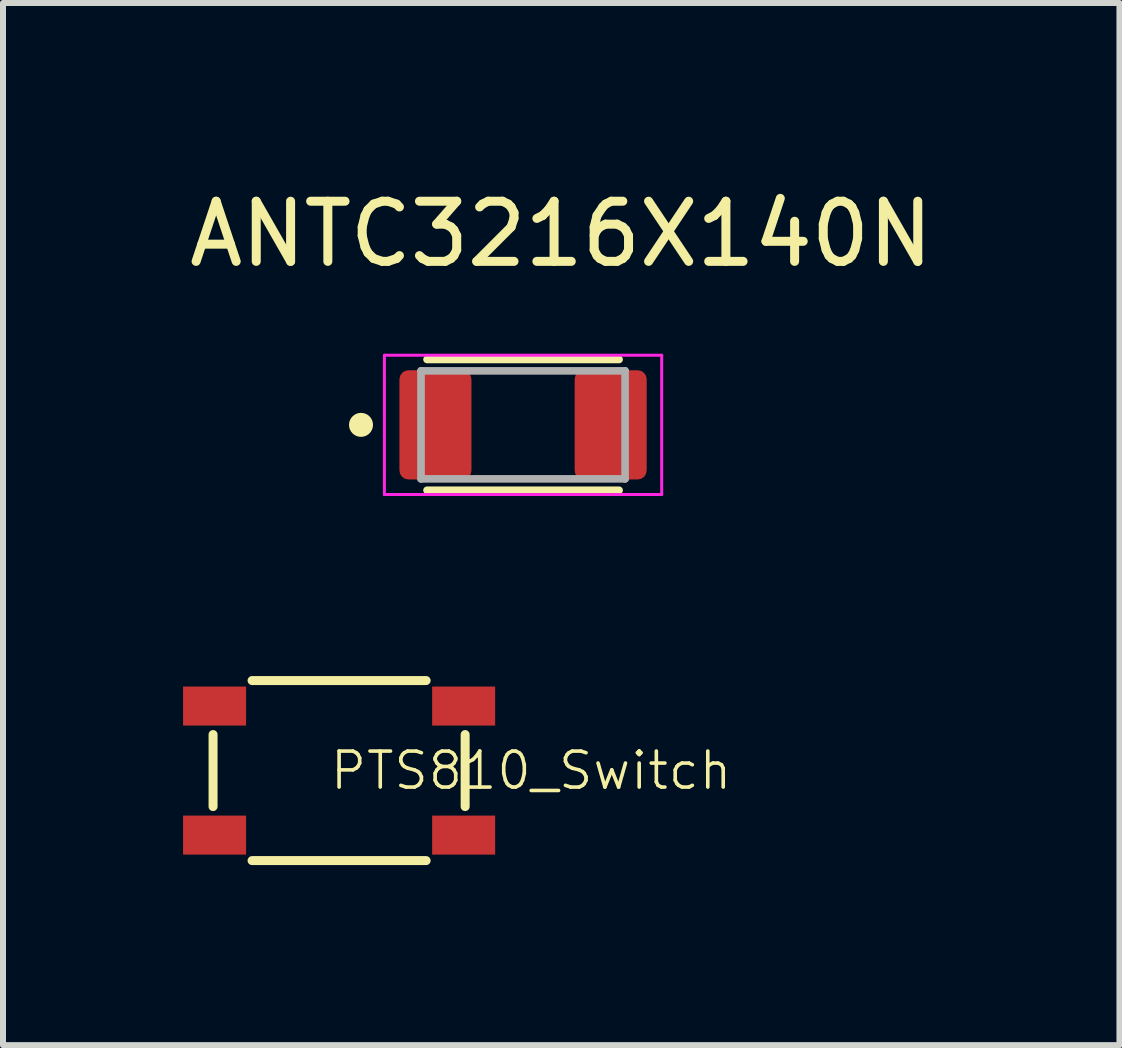
<source format=kicad_pcb>
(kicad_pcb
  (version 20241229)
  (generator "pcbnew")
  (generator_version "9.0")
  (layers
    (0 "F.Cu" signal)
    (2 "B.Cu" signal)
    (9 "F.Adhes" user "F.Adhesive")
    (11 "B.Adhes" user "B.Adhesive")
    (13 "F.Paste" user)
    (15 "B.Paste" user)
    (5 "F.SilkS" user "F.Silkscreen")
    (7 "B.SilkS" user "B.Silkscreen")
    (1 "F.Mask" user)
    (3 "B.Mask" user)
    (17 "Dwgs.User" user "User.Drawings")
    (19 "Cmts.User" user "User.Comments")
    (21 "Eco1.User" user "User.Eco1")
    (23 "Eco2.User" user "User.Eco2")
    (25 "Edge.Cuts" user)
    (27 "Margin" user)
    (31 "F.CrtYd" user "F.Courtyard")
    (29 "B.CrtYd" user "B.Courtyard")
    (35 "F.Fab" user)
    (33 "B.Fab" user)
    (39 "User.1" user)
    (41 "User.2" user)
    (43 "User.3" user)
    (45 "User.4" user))
  (footprint "ANTC3216X140N"
    (layer "F.Cu")
    (at 5.665 4.029)
    (property "Reference" "ANTC3216X140N" (at 0.636 -3.18 0) (layer "F.SilkS") (effects (font (size 1.002 1.002) (thickness 0.15))))
    (attr smd)
    (fp_line (start -1.6 -1.09) (end 1.6 -1.09) (stroke (width 0.127) (type solid)) (layer "F.SilkS"))
    (fp_line (start -1.6 1.09) (end 1.6 1.09) (stroke (width 0.127) (type solid)) (layer "F.SilkS"))
    (fp_circle (center -2.7 0) (end -2.6 0) (stroke (width 0.2) (type solid)) (fill no) (layer "F.SilkS"))
    (fp_line (start -2.31 -1.16) (end 2.31 -1.16) (stroke (width 0.05) (type solid)) (layer "F.CrtYd"))
    (fp_line (start -2.31 1.16) (end -2.31 -1.16) (stroke (width 0.05) (type solid)) (layer "F.CrtYd"))
    (fp_line (start 2.31 -1.16) (end 2.31 1.16) (stroke (width 0.05) (type solid)) (layer "F.CrtYd"))
    (fp_line (start 2.31 1.16) (end -2.31 1.16) (stroke (width 0.05) (type solid)) (layer "F.CrtYd"))
    (fp_line (start -1.7 -0.9) (end 1.7 -0.9) (stroke (width 0.127) (type solid)) (layer "F.Fab"))
    (fp_line (start -1.7 0.9) (end -1.7 -0.9) (stroke (width 0.127) (type solid)) (layer "F.Fab"))
    (fp_line (start 1.7 -0.9) (end 1.7 0.9) (stroke (width 0.127) (type solid)) (layer "F.Fab"))
    (fp_line (start 1.7 0.9) (end -1.7 0.9) (stroke (width 0.127) (type solid)) (layer "F.Fab"))
    (pad "1" smd roundrect (at -1.46 0) (size 1.2 1.82) (layers "F.Cu" "F.Mask" "F.Paste") (roundrect_rratio 0.125))
    (pad "2" smd roundrect (at 1.46 0) (size 1.2 1.82) (layers "F.Cu" "F.Mask" "F.Paste") (roundrect_rratio 0.125)))
  (footprint "PTS810_Switch"
    (layer "F.Cu")
    (at 2.6 9.789)
    (property "Reference" "PTS810_Switch" (at 3.2 0 0) (layer "F.SilkS") (effects (font (size 0.6 0.6) (thickness 0.06))))
    (attr through_hole)
    (fp_line (start -2.1 -0.6) (end -2.1 0.6) (stroke (width 0.15) (type solid)) (layer "F.SilkS"))
    (fp_line (start -1.45 1.5) (end 1.45 1.5) (stroke (width 0.15) (type solid)) (layer "F.SilkS"))
    (fp_line (start 1.45 -1.5) (end -1.45 -1.5) (stroke (width 0.15) (type solid)) (layer "F.SilkS"))
    (fp_line (start 2.1 0.6) (end 2.1 -0.6) (stroke (width 0.15) (type solid)) (layer "F.SilkS"))
    (pad "1" smd rect (at -2.075 -1.075) (size 1.05 0.65) (layers "F.Cu" "F.Mask" "F.Paste"))
    (pad "2" smd rect (at -2.075 1.075) (size 1.05 0.65) (layers "F.Cu" "F.Mask" "F.Paste"))
    (pad "3" smd rect (at 2.075 -1.075) (size 1.05 0.65) (layers "F.Cu" "F.Mask" "F.Paste"))
    (pad "4" smd rect (at 2.075 1.075) (size 1.05 0.65) (layers "F.Cu" "F.Mask" "F.Paste")))
  (gr_rect
    (start -3 -3)
    (end 15.602 14.364)
    (stroke (width 0.1) (type default))
    (fill no)
    (layer "Edge.Cuts")))
</source>
